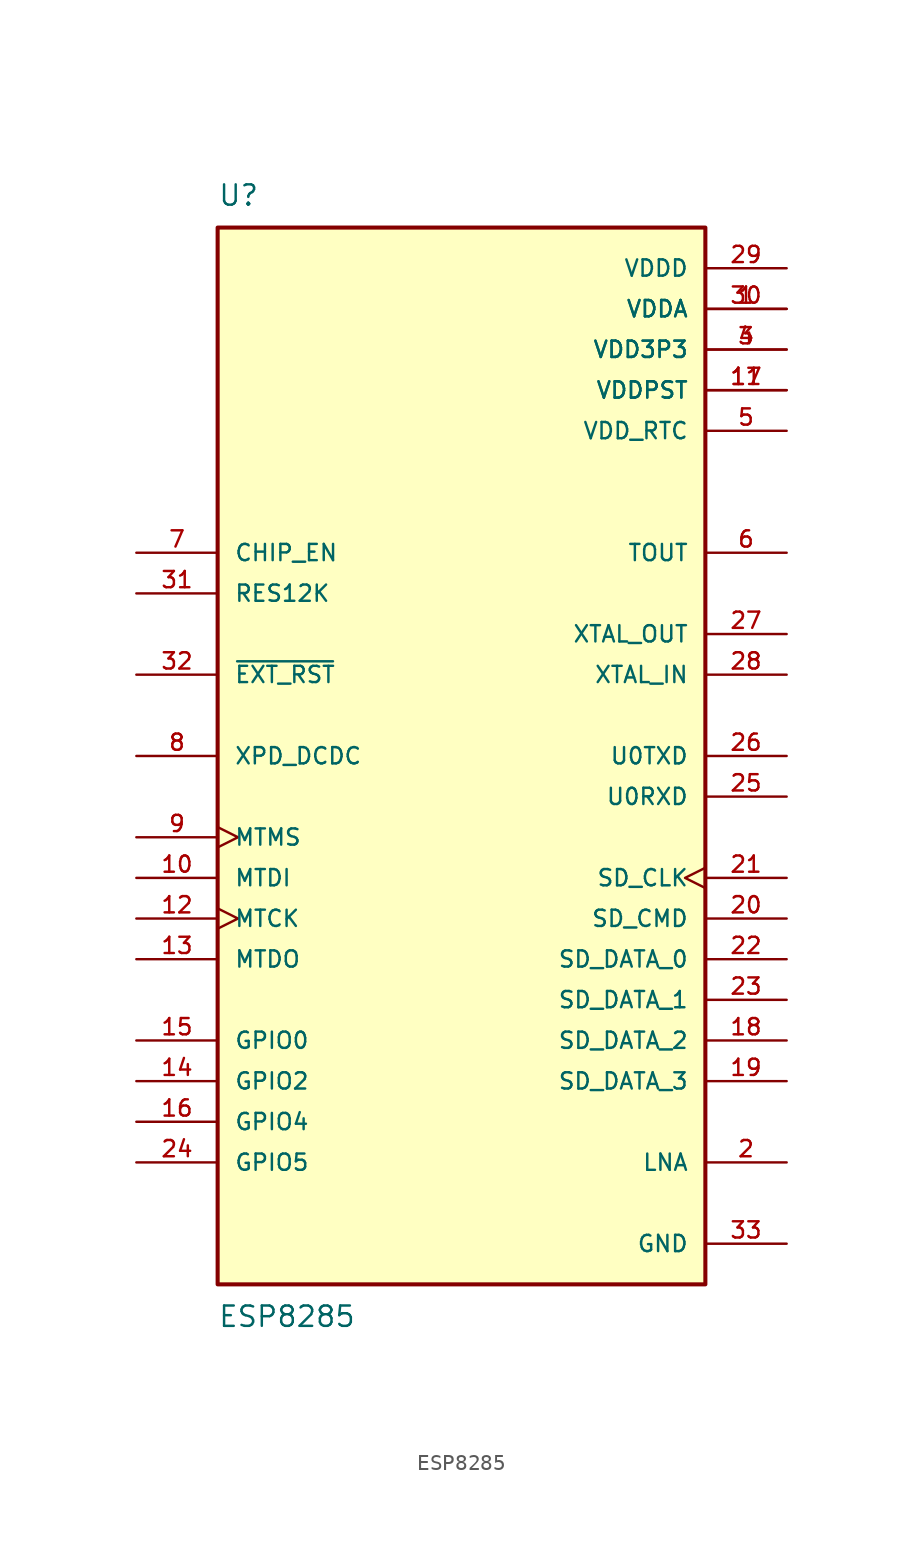
<source format=kicad_sym>
(kicad_symbol_lib
  (version 20220914)
  (generator kicad_symbol_editor)
  (symbol "ESP8285"
    (pin_names
      (offset 1.016))
    (property "Reference" "U"
      (at -15.24 34.29 0)
      (effects (font (size 1.27 1.27)) (justify left bottom)))
    (property "Value" "ESP8285"
      (at -15.24 -34.29 0)
      (effects (font (size 1.27 1.27)) (justify left top)))
    (symbol "ESP8285_0_0"
      (rectangle (start -15.24 -33.02) (end 15.24 33.02) (stroke (width 0.254) (type default)) (fill (type background)))
      (pin power_in line (at 20.32 27.94 180) (length 5.08) (name "VDDA" (effects (font (size 1.016 1.016)))) (number "1" (effects (font (size 1.016 1.016)))))
      (pin bidirectional line (at -20.32 -7.62 0) (length 5.08) (name "MTDI" (effects (font (size 1.016 1.016)))) (number "10" (effects (font (size 1.016 1.016)))))
      (pin power_in line (at 20.32 22.86 180) (length 5.08) (name "VDDPST" (effects (font (size 1.016 1.016)))) (number "11" (effects (font (size 1.016 1.016)))))
      (pin bidirectional clock (at -20.32 -10.16 0) (length 5.08) (name "MTCK" (effects (font (size 1.016 1.016)))) (number "12" (effects (font (size 1.016 1.016)))))
      (pin bidirectional line (at -20.32 -12.7 0) (length 5.08) (name "MTDO" (effects (font (size 1.016 1.016)))) (number "13" (effects (font (size 1.016 1.016)))))
      (pin bidirectional line (at -20.32 -20.32 0) (length 5.08) (name "GPIO2" (effects (font (size 1.016 1.016)))) (number "14" (effects (font (size 1.016 1.016)))))
      (pin bidirectional line (at -20.32 -17.78 0) (length 5.08) (name "GPIO0" (effects (font (size 1.016 1.016)))) (number "15" (effects (font (size 1.016 1.016)))))
      (pin bidirectional line (at -20.32 -22.86 0) (length 5.08) (name "GPIO4" (effects (font (size 1.016 1.016)))) (number "16" (effects (font (size 1.016 1.016)))))
      (pin power_in line (at 20.32 22.86 180) (length 5.08) (name "VDDPST" (effects (font (size 1.016 1.016)))) (number "17" (effects (font (size 1.016 1.016)))))
      (pin bidirectional line (at 20.32 -17.78 180) (length 5.08) (name "SD_DATA_2" (effects (font (size 1.016 1.016)))) (number "18" (effects (font (size 1.016 1.016)))))
      (pin bidirectional line (at 20.32 -20.32 180) (length 5.08) (name "SD_DATA_3" (effects (font (size 1.016 1.016)))) (number "19" (effects (font (size 1.016 1.016)))))
      (pin bidirectional line (at 20.32 -25.4 180) (length 5.08) (name "LNA" (effects (font (size 1.016 1.016)))) (number "2" (effects (font (size 1.016 1.016)))))
      (pin bidirectional line (at 20.32 -10.16 180) (length 5.08) (name "SD_CMD" (effects (font (size 1.016 1.016)))) (number "20" (effects (font (size 1.016 1.016)))))
      (pin bidirectional clock (at 20.32 -7.62 180) (length 5.08) (name "SD_CLK" (effects (font (size 1.016 1.016)))) (number "21" (effects (font (size 1.016 1.016)))))
      (pin bidirectional line (at 20.32 -12.7 180) (length 5.08) (name "SD_DATA_0" (effects (font (size 1.016 1.016)))) (number "22" (effects (font (size 1.016 1.016)))))
      (pin bidirectional line (at 20.32 -15.24 180) (length 5.08) (name "SD_DATA_1" (effects (font (size 1.016 1.016)))) (number "23" (effects (font (size 1.016 1.016)))))
      (pin bidirectional line (at -20.32 -25.4 0) (length 5.08) (name "GPIO5" (effects (font (size 1.016 1.016)))) (number "24" (effects (font (size 1.016 1.016)))))
      (pin bidirectional line (at 20.32 -2.54 180) (length 5.08) (name "U0RXD" (effects (font (size 1.016 1.016)))) (number "25" (effects (font (size 1.016 1.016)))))
      (pin bidirectional line (at 20.32 0 180) (length 5.08) (name "U0TXD" (effects (font (size 1.016 1.016)))) (number "26" (effects (font (size 1.016 1.016)))))
      (pin output line (at 20.32 7.62 180) (length 5.08) (name "XTAL_OUT" (effects (font (size 1.016 1.016)))) (number "27" (effects (font (size 1.016 1.016)))))
      (pin input line (at 20.32 5.08 180) (length 5.08) (name "XTAL_IN" (effects (font (size 1.016 1.016)))) (number "28" (effects (font (size 1.016 1.016)))))
      (pin power_in line (at 20.32 30.48 180) (length 5.08) (name "VDDD" (effects (font (size 1.016 1.016)))) (number "29" (effects (font (size 1.016 1.016)))))
      (pin power_in line (at 20.32 25.4 180) (length 5.08) (name "VDD3P3" (effects (font (size 1.016 1.016)))) (number "3" (effects (font (size 1.016 1.016)))))
      (pin power_in line (at 20.32 27.94 180) (length 5.08) (name "VDDA" (effects (font (size 1.016 1.016)))) (number "30" (effects (font (size 1.016 1.016)))))
      (pin input line (at -20.32 10.16 0) (length 5.08) (name "RES12K" (effects (font (size 1.016 1.016)))) (number "31" (effects (font (size 1.016 1.016)))))
      (pin input line (at -20.32 5.08 0) (length 5.08) (name "~{EXT_RST}" (effects (font (size 1.016 1.016)))) (number "32" (effects (font (size 1.016 1.016)))))
      (pin power_in line (at 20.32 -30.48 180) (length 5.08) (name "GND" (effects (font (size 1.016 1.016)))) (number "33" (effects (font (size 1.016 1.016)))))
      (pin power_in line (at 20.32 25.4 180) (length 5.08) (name "VDD3P3" (effects (font (size 1.016 1.016)))) (number "4" (effects (font (size 1.016 1.016)))))
      (pin power_in line (at 20.32 20.32 180) (length 5.08) (name "VDD_RTC" (effects (font (size 1.016 1.016)))) (number "5" (effects (font (size 1.016 1.016)))))
      (pin output line (at 20.32 12.7 180) (length 5.08) (name "TOUT" (effects (font (size 1.016 1.016)))) (number "6" (effects (font (size 1.016 1.016)))))
      (pin input line (at -20.32 12.7 0) (length 5.08) (name "CHIP_EN" (effects (font (size 1.016 1.016)))) (number "7" (effects (font (size 1.016 1.016)))))
      (pin bidirectional line (at -20.32 0 0) (length 5.08) (name "XPD_DCDC" (effects (font (size 1.016 1.016)))) (number "8" (effects (font (size 1.016 1.016)))))
      (pin bidirectional clock (at -20.32 -5.08 0) (length 5.08) (name "MTMS" (effects (font (size 1.016 1.016)))) (number "9" (effects (font (size 1.016 1.016))))))))
</source>
